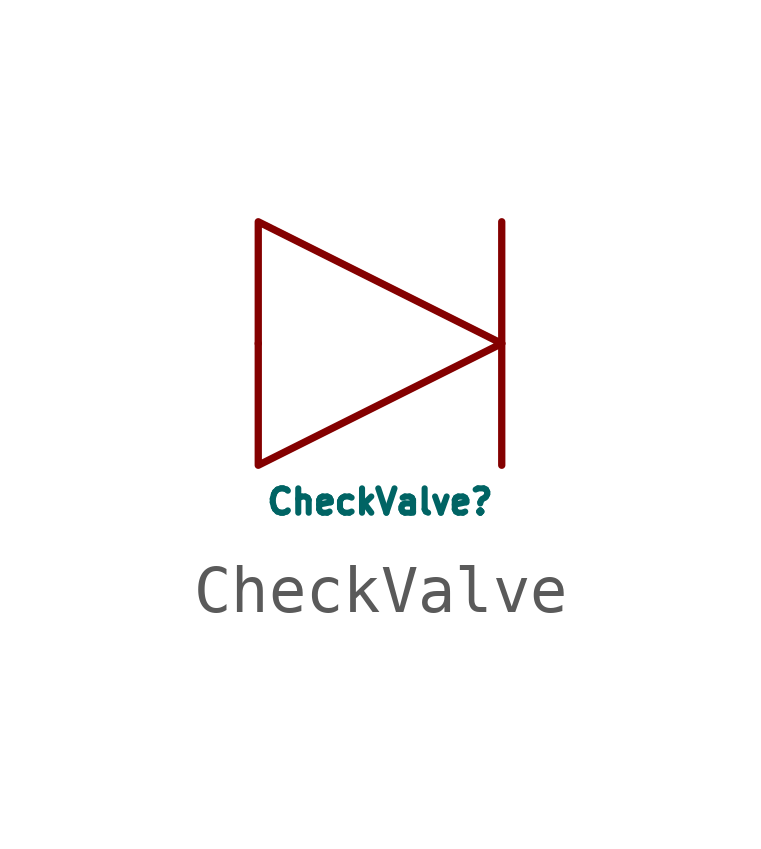
<source format=kicad_sym>
(kicad_symbol_lib
  (version 20211014)
  (generator kicad_symbol_editor)
  (symbol "CheckValve"
    (pin_numbers hide)
    (pin_names
      (offset 1.016))
    (property "Reference" "CheckValve"
      (at 0 -3.302 0)
      (effects (font (size 0.508 0.508))))
    (symbol "CheckValve_0_0"
      (polyline (pts (xy 2.54 2.54) (xy 2.54 -2.54)) (stroke (width 0) (type default) (color 0 0 0 0)) (fill (type none)))
      (polyline (pts (xy -2.54 2.54) (xy -2.54 -2.54) (xy 2.54 0) (xy -2.54 2.54)) (stroke (width 0) (type default) (color 0 0 0 0)) (fill (type none))))
    (symbol "CheckValve_1_1"
      (pin bidirectional line (at -2.54 0 0) (length 0) (name "~" (effects (font (size 1.27 1.27)))) (number "~" (effects (font (size 1.27 1.27)))))
      (pin bidirectional line (at 2.54 0 180) (length 0) (name "~" (effects (font (size 1.27 1.27)))) (number "~" (effects (font (size 1.27 1.27))))))))
</source>
